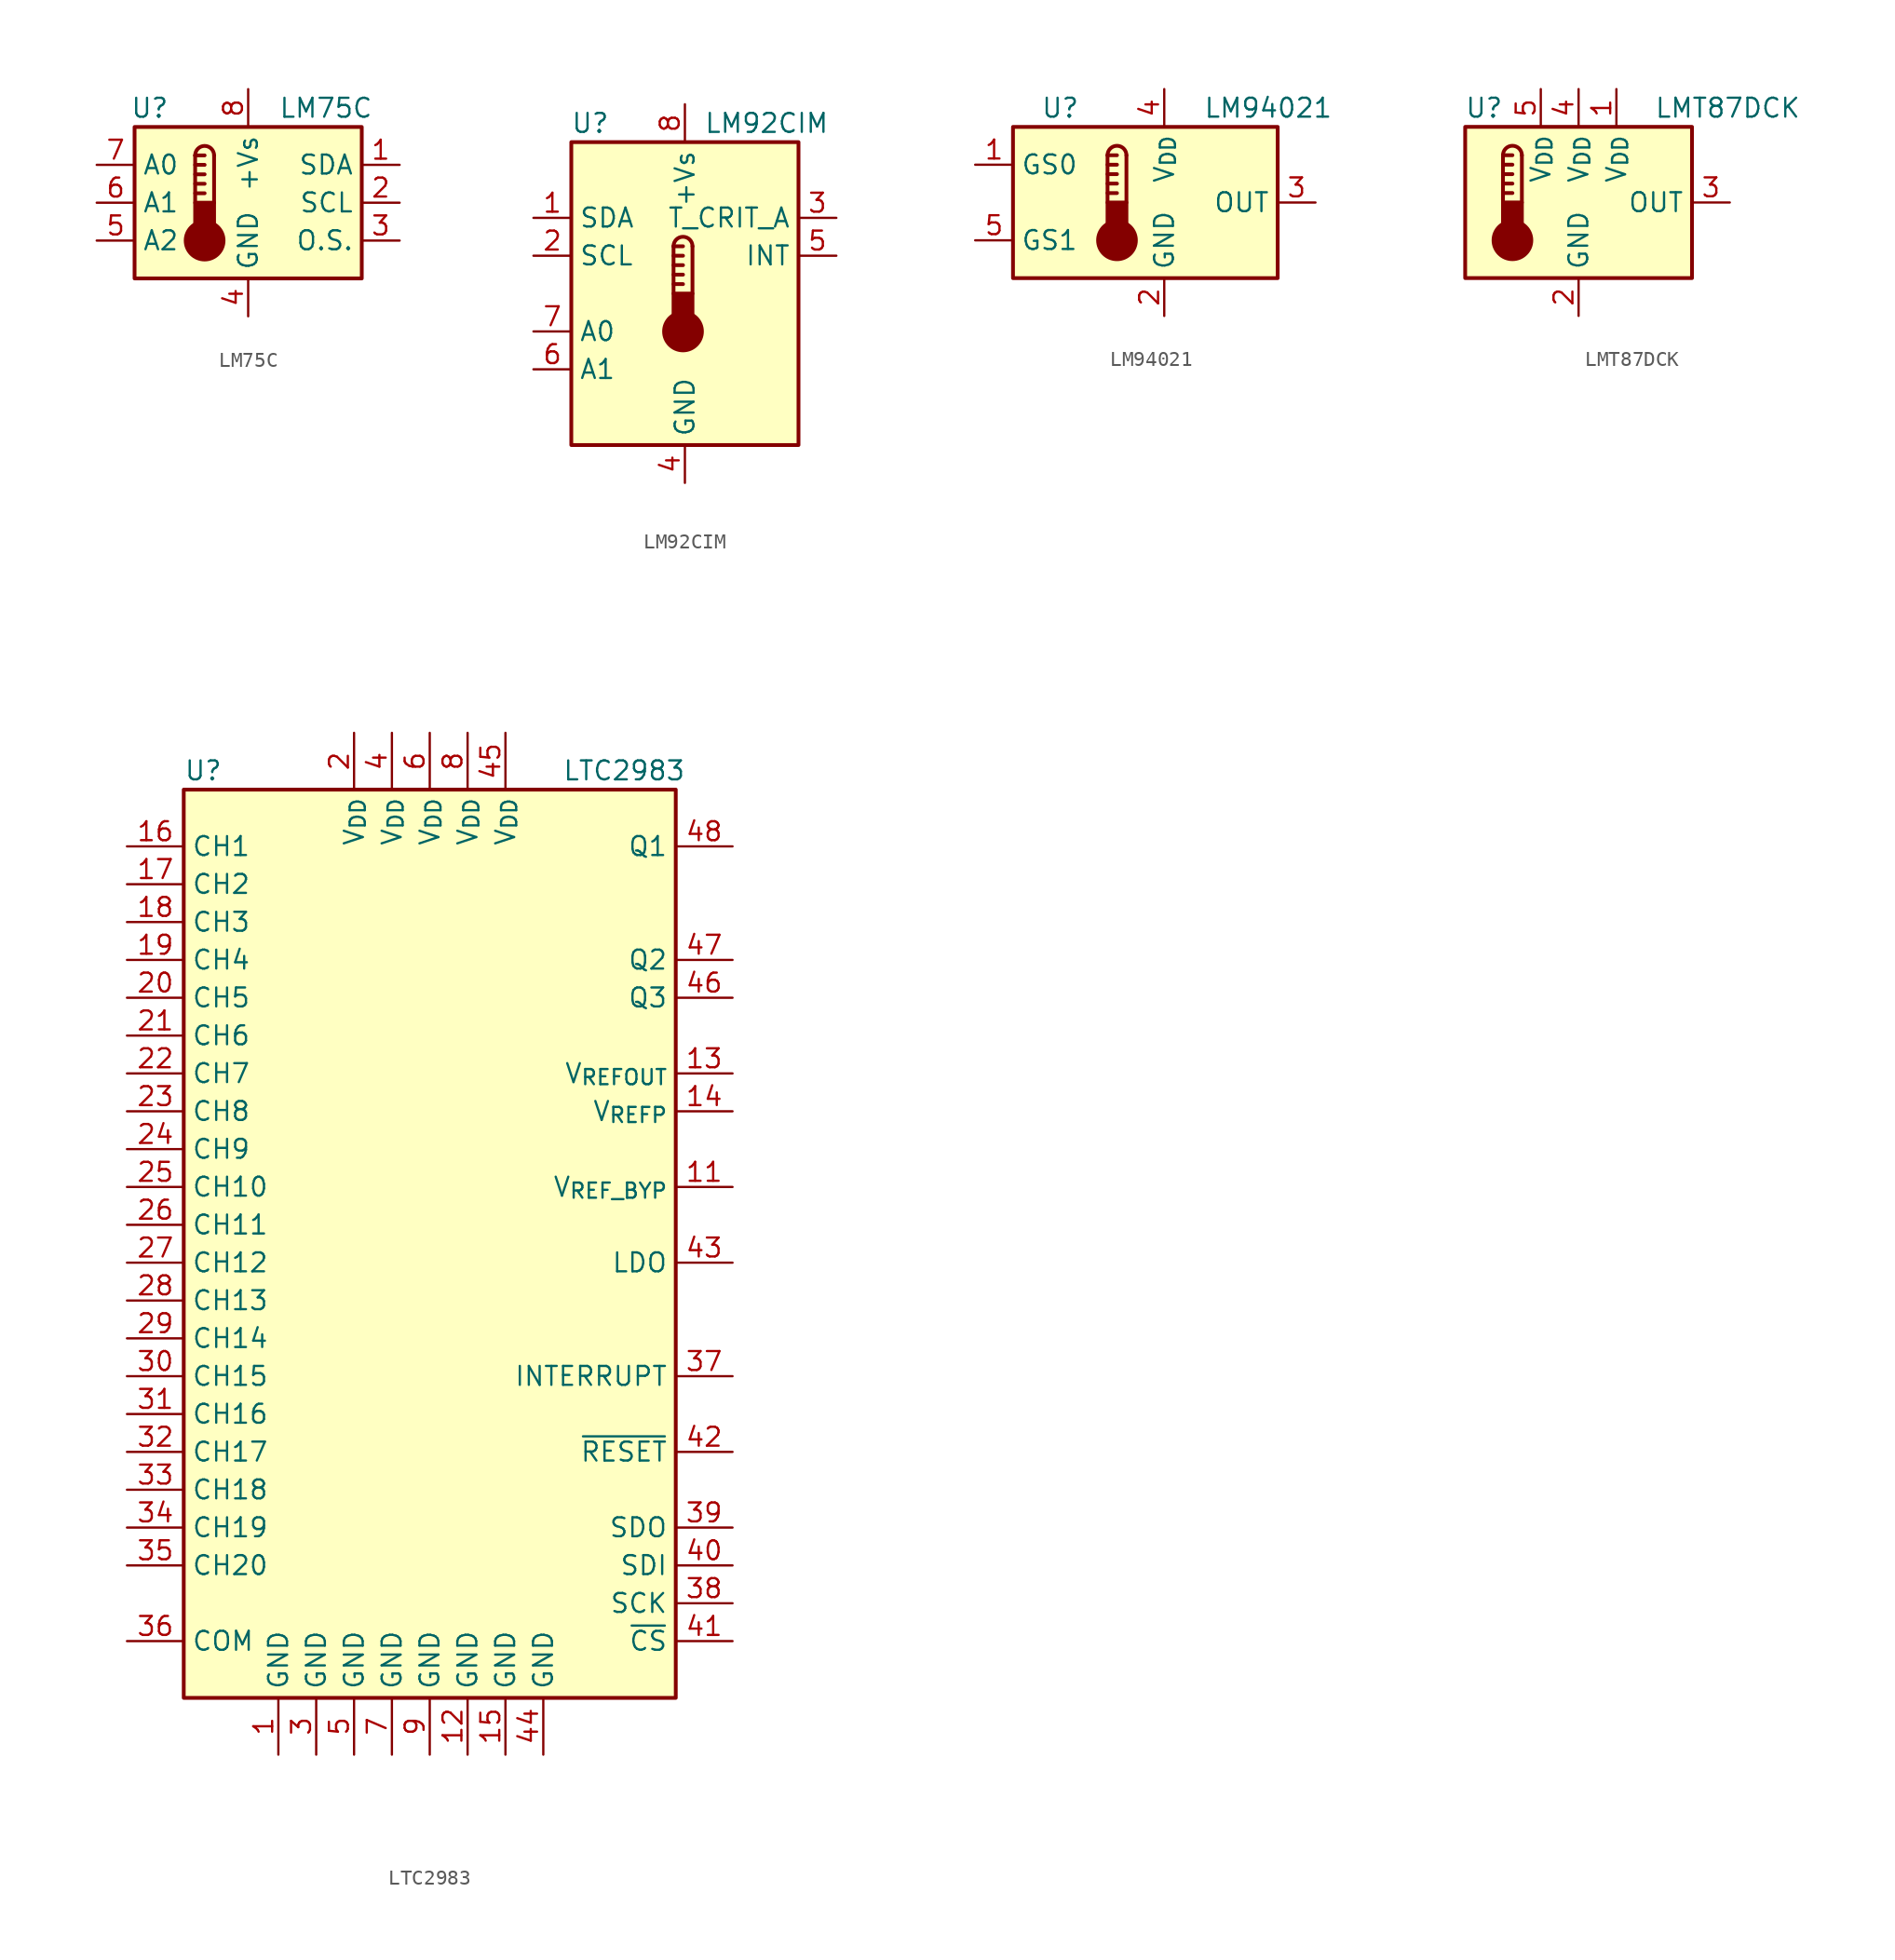
<source format=kicad_sym>
(kicad_symbol_lib
  (version 20241209)
  (generator "kicad_symbol_editor")
  (generator_version "9.0")
  (symbol "LM75C"
    (property "Reference" "U"
      (at -6.604 6.35 0)
      (effects (font (size 1.27 1.27))))
    (property "Value" "LM75C"
      (at 2.032 6.35 0)
      (effects (font (size 1.27 1.27)) (justify left)))
    (symbol "LM75C_0_1"
      (rectangle (start -7.62 5.08) (end 7.62 -5.08) (stroke (width 0.254) (type default)) (fill (type background)))
      (polyline (pts (xy -3.556 3.175) (xy -3.556 0)) (stroke (width 0.254) (type default)) (fill (type none)))
      (polyline (pts (xy -3.556 3.175) (xy -2.921 3.175)) (stroke (width 0.254) (type default)) (fill (type none)))
      (polyline (pts (xy -3.556 2.54) (xy -2.921 2.54)) (stroke (width 0.254) (type default)) (fill (type none)))
      (polyline (pts (xy -3.556 1.905) (xy -2.921 1.905)) (stroke (width 0.254) (type default)) (fill (type none)))
      (polyline (pts (xy -3.556 1.27) (xy -2.921 1.27)) (stroke (width 0.254) (type default)) (fill (type none)))
      (polyline (pts (xy -3.556 0.635) (xy -2.921 0.635)) (stroke (width 0.254) (type default)) (fill (type none)))
      (rectangle (start -3.556 0) (end -2.286 -1.905) (stroke (width 0.254) (type default)) (fill (type outline)))
      (arc (start -3.556 3.175) (mid -2.921 3.8073) (end -2.286 3.175) (stroke (width 0.254) (type default)) (fill (type none)))
      (circle (center -2.921 -2.54) (radius 1.27) (stroke (width 0.254) (type default)) (fill (type outline)))
      (polyline (pts (xy -2.286 3.175) (xy -2.286 0)) (stroke (width 0.254) (type default)) (fill (type none))))
    (symbol "LM75C_1_1"
      (pin input line (at -10.16 2.54 0) (length 2.54) (name "A0" (effects (font (size 1.27 1.27)))) (number "7" (effects (font (size 1.27 1.27)))))
      (pin input line (at -10.16 0 0) (length 2.54) (name "A1" (effects (font (size 1.27 1.27)))) (number "6" (effects (font (size 1.27 1.27)))))
      (pin input line (at -10.16 -2.54 0) (length 2.54) (name "A2" (effects (font (size 1.27 1.27)))) (number "5" (effects (font (size 1.27 1.27)))))
      (pin power_in line (at 0 7.62 270) (length 2.54) (name "+Vs" (effects (font (size 1.27 1.27)))) (number "8" (effects (font (size 1.27 1.27)))))
      (pin power_in line (at 0 -7.62 90) (length 2.54) (name "GND" (effects (font (size 1.27 1.27)))) (number "4" (effects (font (size 1.27 1.27)))))
      (pin bidirectional line (at 10.16 2.54 180) (length 2.54) (name "SDA" (effects (font (size 1.27 1.27)))) (number "1" (effects (font (size 1.27 1.27)))))
      (pin input line (at 10.16 0 180) (length 2.54) (name "SCL" (effects (font (size 1.27 1.27)))) (number "2" (effects (font (size 1.27 1.27)))))
      (pin open_collector line (at 10.16 -2.54 180) (length 2.54) (name "O.S." (effects (font (size 1.27 1.27)))) (number "3" (effects (font (size 1.27 1.27)))))))
  (symbol "LM92CIM"
    (property "Reference" "U"
      (at -6.35 11.43 0)
      (effects (font (size 1.27 1.27))))
    (property "Value" "LM92CIM"
      (at 1.27 11.43 0)
      (effects (font (size 1.27 1.27)) (justify left)))
    (symbol "LM92CIM_0_1"
      (rectangle (start -7.62 10.16) (end 7.62 -10.16) (stroke (width 0.254) (type default)) (fill (type background)))
      (polyline (pts (xy -0.762 3.175) (xy -0.762 0)) (stroke (width 0.254) (type default)) (fill (type none)))
      (polyline (pts (xy -0.762 3.175) (xy -0.127 3.175)) (stroke (width 0.254) (type default)) (fill (type none)))
      (polyline (pts (xy -0.762 2.54) (xy -0.127 2.54)) (stroke (width 0.254) (type default)) (fill (type none)))
      (polyline (pts (xy -0.762 1.905) (xy -0.127 1.905)) (stroke (width 0.254) (type default)) (fill (type none)))
      (polyline (pts (xy -0.762 1.27) (xy -0.127 1.27)) (stroke (width 0.254) (type default)) (fill (type none)))
      (polyline (pts (xy -0.762 0.635) (xy -0.127 0.635)) (stroke (width 0.254) (type default)) (fill (type none)))
      (arc (start -0.762 3.175) (mid -0.127 3.8073) (end 0.508 3.175) (stroke (width 0.254) (type default)) (fill (type none)))
      (circle (center -0.127 -2.54) (radius 1.27) (stroke (width 0.254) (type default)) (fill (type outline)))
      (polyline (pts (xy 0.508 3.175) (xy 0.508 0)) (stroke (width 0.254) (type default)) (fill (type none)))
      (rectangle (start 0.508 -1.905) (end -0.762 0) (stroke (width 0.254) (type default)) (fill (type outline))))
    (symbol "LM92CIM_1_1"
      (pin bidirectional line (at -10.16 5.08 0) (length 2.54) (name "SDA" (effects (font (size 1.27 1.27)))) (number "1" (effects (font (size 1.27 1.27)))))
      (pin input line (at -10.16 2.54 0) (length 2.54) (name "SCL" (effects (font (size 1.27 1.27)))) (number "2" (effects (font (size 1.27 1.27)))))
      (pin input line (at -10.16 -2.54 0) (length 2.54) (name "A0" (effects (font (size 1.27 1.27)))) (number "7" (effects (font (size 1.27 1.27)))))
      (pin input line (at -10.16 -5.08 0) (length 2.54) (name "A1" (effects (font (size 1.27 1.27)))) (number "6" (effects (font (size 1.27 1.27)))))
      (pin power_in line (at 0 12.7 270) (length 2.54) (name "+Vs" (effects (font (size 1.27 1.27)))) (number "8" (effects (font (size 1.27 1.27)))))
      (pin power_in line (at 0 -12.7 90) (length 2.54) (name "GND" (effects (font (size 1.27 1.27)))) (number "4" (effects (font (size 1.27 1.27)))))
      (pin open_collector line (at 10.16 5.08 180) (length 2.54) (name "T_CRIT_A" (effects (font (size 1.27 1.27)))) (number "3" (effects (font (size 1.27 1.27)))))
      (pin open_collector line (at 10.16 2.54 180) (length 2.54) (name "INT" (effects (font (size 1.27 1.27)))) (number "5" (effects (font (size 1.27 1.27)))))))
  (symbol "LM94021"
    (property "Reference" "U"
      (at -6.985 6.35 0)
      (effects (font (size 1.27 1.27))))
    (property "Value" "LM94021"
      (at 6.985 6.35 0)
      (effects (font (size 1.27 1.27))))
    (symbol "LM94021_0_1"
      (rectangle (start -10.16 5.08) (end 7.62 -5.08) (stroke (width 0.254) (type default)) (fill (type background)))
      (polyline (pts (xy -3.81 3.175) (xy -3.81 0)) (stroke (width 0.254) (type default)) (fill (type none)))
      (polyline (pts (xy -3.81 3.175) (xy -3.175 3.175)) (stroke (width 0.254) (type default)) (fill (type none)))
      (polyline (pts (xy -3.81 2.54) (xy -3.175 2.54)) (stroke (width 0.254) (type default)) (fill (type none)))
      (polyline (pts (xy -3.81 1.905) (xy -3.175 1.905)) (stroke (width 0.254) (type default)) (fill (type none)))
      (polyline (pts (xy -3.81 1.27) (xy -3.175 1.27)) (stroke (width 0.254) (type default)) (fill (type none)))
      (polyline (pts (xy -3.81 0.635) (xy -3.175 0.635)) (stroke (width 0.254) (type default)) (fill (type none)))
      (rectangle (start -3.81 0) (end -2.54 -1.905) (stroke (width 0.254) (type default)) (fill (type outline)))
      (arc (start -3.81 3.175) (mid -3.175 3.8073) (end -2.54 3.175) (stroke (width 0.254) (type default)) (fill (type none)))
      (circle (center -3.175 -2.54) (radius 1.27) (stroke (width 0.254) (type default)) (fill (type outline)))
      (polyline (pts (xy -2.54 3.175) (xy -2.54 0)) (stroke (width 0.254) (type default)) (fill (type none))))
    (symbol "LM94021_1_1"
      (pin input line (at -12.7 2.54 0) (length 2.54) (name "GS0" (effects (font (size 1.27 1.27)))) (number "1" (effects (font (size 1.27 1.27)))))
      (pin input line (at -12.7 -2.54 0) (length 2.54) (name "GS1" (effects (font (size 1.27 1.27)))) (number "5" (effects (font (size 1.27 1.27)))))
      (pin power_in line (at 0 7.62 270) (length 2.54) (name "V_{DD}" (effects (font (size 1.27 1.27)))) (number "4" (effects (font (size 1.27 1.27)))))
      (pin power_in line (at 0 -7.62 90) (length 2.54) (name "GND" (effects (font (size 1.27 1.27)))) (number "2" (effects (font (size 1.27 1.27)))))
      (pin output line (at 10.16 0 180) (length 2.54) (name "OUT" (effects (font (size 1.27 1.27)))) (number "3" (effects (font (size 1.27 1.27)))))))
  (symbol "LMT87DCK"
    (property "Reference" "U"
      (at -6.35 6.35 0)
      (effects (font (size 1.27 1.27))))
    (property "Value" "LMT87DCK"
      (at 5.08 6.35 0)
      (effects (font (size 1.27 1.27)) (justify left)))
    (symbol "LMT87DCK_0_1"
      (rectangle (start -7.62 5.08) (end 7.62 -5.08) (stroke (width 0.254) (type default)) (fill (type background)))
      (polyline (pts (xy -5.08 3.175) (xy -5.08 0)) (stroke (width 0.254) (type default)) (fill (type none)))
      (polyline (pts (xy -5.08 3.175) (xy -4.445 3.175)) (stroke (width 0.254) (type default)) (fill (type none)))
      (polyline (pts (xy -5.08 2.54) (xy -4.445 2.54)) (stroke (width 0.254) (type default)) (fill (type none)))
      (polyline (pts (xy -5.08 1.905) (xy -4.445 1.905)) (stroke (width 0.254) (type default)) (fill (type none)))
      (polyline (pts (xy -5.08 1.27) (xy -4.445 1.27)) (stroke (width 0.254) (type default)) (fill (type none)))
      (polyline (pts (xy -5.08 0.635) (xy -4.445 0.635)) (stroke (width 0.254) (type default)) (fill (type none)))
      (arc (start -5.08 3.175) (mid -4.445 3.8073) (end -3.81 3.175) (stroke (width 0.254) (type default)) (fill (type none)))
      (circle (center -4.445 -2.54) (radius 1.27) (stroke (width 0.254) (type default)) (fill (type outline)))
      (polyline (pts (xy -3.81 3.175) (xy -3.81 0)) (stroke (width 0.254) (type default)) (fill (type none)))
      (rectangle (start -3.81 -1.905) (end -5.08 0) (stroke (width 0.254) (type default)) (fill (type outline))))
    (symbol "LMT87DCK_1_1"
      (pin power_in line (at -2.54 7.62 270) (length 2.54) (name "V_{DD}" (effects (font (size 1.27 1.27)))) (number "5" (effects (font (size 1.27 1.27)))))
      (pin power_in line (at 0 7.62 270) (length 2.54) (name "V_{DD}" (effects (font (size 1.27 1.27)))) (number "4" (effects (font (size 1.27 1.27)))))
      (pin power_in line (at 0 -7.62 90) (length 2.54) (name "GND" (effects (font (size 1.27 1.27)))) (number "2" (effects (font (size 1.27 1.27)))))
      (pin power_in line (at 2.54 7.62 270) (length 2.54) (name "V_{DD}" (effects (font (size 1.27 1.27)))) (number "1" (effects (font (size 1.27 1.27)))))
      (pin output line (at 10.16 0 180) (length 2.54) (name "OUT" (effects (font (size 1.27 1.27)))) (number "3" (effects (font (size 1.27 1.27)))))))
  (symbol "LTC2983"
    (property "Reference" "U"
      (at -16.51 33.02 0)
      (effects (font (size 1.27 1.27)) (justify left)))
    (property "Value" "LTC2983"
      (at 8.89 33.02 0)
      (effects (font (size 1.27 1.27)) (justify left)))
    (symbol "LTC2983_0_1"
      (rectangle (start -16.51 31.75) (end 16.51 -29.21) (stroke (width 0.254) (type default)) (fill (type background))))
    (symbol "LTC2983_1_1"
      (pin passive line (at -20.32 27.94 0) (length 3.81) (name "CH1" (effects (font (size 1.27 1.27)))) (number "16" (effects (font (size 1.27 1.27)))))
      (pin passive line (at -20.32 25.4 0) (length 3.81) (name "CH2" (effects (font (size 1.27 1.27)))) (number "17" (effects (font (size 1.27 1.27)))))
      (pin passive line (at -20.32 22.86 0) (length 3.81) (name "CH3" (effects (font (size 1.27 1.27)))) (number "18" (effects (font (size 1.27 1.27)))))
      (pin passive line (at -20.32 20.32 0) (length 3.81) (name "CH4" (effects (font (size 1.27 1.27)))) (number "19" (effects (font (size 1.27 1.27)))))
      (pin passive line (at -20.32 17.78 0) (length 3.81) (name "CH5" (effects (font (size 1.27 1.27)))) (number "20" (effects (font (size 1.27 1.27)))))
      (pin passive line (at -20.32 15.24 0) (length 3.81) (name "CH6" (effects (font (size 1.27 1.27)))) (number "21" (effects (font (size 1.27 1.27)))))
      (pin passive line (at -20.32 12.7 0) (length 3.81) (name "CH7" (effects (font (size 1.27 1.27)))) (number "22" (effects (font (size 1.27 1.27)))))
      (pin passive line (at -20.32 10.16 0) (length 3.81) (name "CH8" (effects (font (size 1.27 1.27)))) (number "23" (effects (font (size 1.27 1.27)))))
      (pin passive line (at -20.32 7.62 0) (length 3.81) (name "CH9" (effects (font (size 1.27 1.27)))) (number "24" (effects (font (size 1.27 1.27)))))
      (pin passive line (at -20.32 5.08 0) (length 3.81) (name "CH10" (effects (font (size 1.27 1.27)))) (number "25" (effects (font (size 1.27 1.27)))))
      (pin passive line (at -20.32 2.54 0) (length 3.81) (name "CH11" (effects (font (size 1.27 1.27)))) (number "26" (effects (font (size 1.27 1.27)))))
      (pin passive line (at -20.32 0 0) (length 3.81) (name "CH12" (effects (font (size 1.27 1.27)))) (number "27" (effects (font (size 1.27 1.27)))))
      (pin passive line (at -20.32 -2.54 0) (length 3.81) (name "CH13" (effects (font (size 1.27 1.27)))) (number "28" (effects (font (size 1.27 1.27)))))
      (pin passive line (at -20.32 -5.08 0) (length 3.81) (name "CH14" (effects (font (size 1.27 1.27)))) (number "29" (effects (font (size 1.27 1.27)))))
      (pin passive line (at -20.32 -7.62 0) (length 3.81) (name "CH15" (effects (font (size 1.27 1.27)))) (number "30" (effects (font (size 1.27 1.27)))))
      (pin passive line (at -20.32 -10.16 0) (length 3.81) (name "CH16" (effects (font (size 1.27 1.27)))) (number "31" (effects (font (size 1.27 1.27)))))
      (pin passive line (at -20.32 -12.7 0) (length 3.81) (name "CH17" (effects (font (size 1.27 1.27)))) (number "32" (effects (font (size 1.27 1.27)))))
      (pin passive line (at -20.32 -15.24 0) (length 3.81) (name "CH18" (effects (font (size 1.27 1.27)))) (number "33" (effects (font (size 1.27 1.27)))))
      (pin passive line (at -20.32 -17.78 0) (length 3.81) (name "CH19" (effects (font (size 1.27 1.27)))) (number "34" (effects (font (size 1.27 1.27)))))
      (pin passive line (at -20.32 -20.32 0) (length 3.81) (name "CH20" (effects (font (size 1.27 1.27)))) (number "35" (effects (font (size 1.27 1.27)))))
      (pin passive line (at -20.32 -25.4 0) (length 3.81) (name "COM" (effects (font (size 1.27 1.27)))) (number "36" (effects (font (size 1.27 1.27)))))
      (pin power_in line (at -10.16 -33.02 90) (length 3.81) (name "GND" (effects (font (size 1.27 1.27)))) (number "1" (effects (font (size 1.27 1.27)))))
      (pin power_in line (at -7.62 -33.02 90) (length 3.81) (name "GND" (effects (font (size 1.27 1.27)))) (number "3" (effects (font (size 1.27 1.27)))))
      (pin power_in line (at -5.08 35.56 270) (length 3.81) (name "V_{DD}" (effects (font (size 1.27 1.27)))) (number "2" (effects (font (size 1.27 1.27)))))
      (pin power_in line (at -5.08 -33.02 90) (length 3.81) (name "GND" (effects (font (size 1.27 1.27)))) (number "5" (effects (font (size 1.27 1.27)))))
      (pin power_in line (at -2.54 35.56 270) (length 3.81) (name "V_{DD}" (effects (font (size 1.27 1.27)))) (number "4" (effects (font (size 1.27 1.27)))))
      (pin power_in line (at -2.54 -33.02 90) (length 3.81) (name "GND" (effects (font (size 1.27 1.27)))) (number "7" (effects (font (size 1.27 1.27)))))
      (pin power_in line (at 0 35.56 270) (length 3.81) (name "V_{DD}" (effects (font (size 1.27 1.27)))) (number "6" (effects (font (size 1.27 1.27)))))
      (pin power_in line (at 0 -33.02 90) (length 3.81) (name "GND" (effects (font (size 1.27 1.27)))) (number "9" (effects (font (size 1.27 1.27)))))
      (pin power_in line (at 2.54 35.56 270) (length 3.81) (name "V_{DD}" (effects (font (size 1.27 1.27)))) (number "8" (effects (font (size 1.27 1.27)))))
      (pin power_in line (at 2.54 -33.02 90) (length 3.81) (name "GND" (effects (font (size 1.27 1.27)))) (number "12" (effects (font (size 1.27 1.27)))))
      (pin power_in line (at 5.08 35.56 270) (length 3.81) (name "V_{DD}" (effects (font (size 1.27 1.27)))) (number "45" (effects (font (size 1.27 1.27)))))
      (pin power_in line (at 5.08 -33.02 90) (length 3.81) (name "GND" (effects (font (size 1.27 1.27)))) (number "15" (effects (font (size 1.27 1.27)))))
      (pin power_in line (at 7.62 -33.02 90) (length 3.81) (name "GND" (effects (font (size 1.27 1.27)))) (number "44" (effects (font (size 1.27 1.27)))))
      (pin no_connect line (at 16.51 22.86 180) (length 3.81) (hide yes) (name "NC" (effects (font (size 1.27 1.27)))) (number "10" (effects (font (size 1.27 1.27)))))
      (pin passive line (at 20.32 27.94 180) (length 3.81) (name "Q1" (effects (font (size 1.27 1.27)))) (number "48" (effects (font (size 1.27 1.27)))))
      (pin passive line (at 20.32 20.32 180) (length 3.81) (name "Q2" (effects (font (size 1.27 1.27)))) (number "47" (effects (font (size 1.27 1.27)))))
      (pin passive line (at 20.32 17.78 180) (length 3.81) (name "Q3" (effects (font (size 1.27 1.27)))) (number "46" (effects (font (size 1.27 1.27)))))
      (pin passive line (at 20.32 12.7 180) (length 3.81) (name "V_{REFOUT}" (effects (font (size 1.27 1.27)))) (number "13" (effects (font (size 1.27 1.27)))))
      (pin passive line (at 20.32 10.16 180) (length 3.81) (name "V_{REFP}" (effects (font (size 1.27 1.27)))) (number "14" (effects (font (size 1.27 1.27)))))
      (pin passive line (at 20.32 5.08 180) (length 3.81) (name "V_{REF_BYP}" (effects (font (size 1.27 1.27)))) (number "11" (effects (font (size 1.27 1.27)))))
      (pin passive line (at 20.32 0 180) (length 3.81) (name "LDO" (effects (font (size 1.27 1.27)))) (number "43" (effects (font (size 1.27 1.27)))))
      (pin output line (at 20.32 -7.62 180) (length 3.81) (name "INTERRUPT" (effects (font (size 1.27 1.27)))) (number "37" (effects (font (size 1.27 1.27)))))
      (pin input line (at 20.32 -12.7 180) (length 3.81) (name "~{RESET}" (effects (font (size 1.27 1.27)))) (number "42" (effects (font (size 1.27 1.27)))))
      (pin tri_state line (at 20.32 -17.78 180) (length 3.81) (name "SDO" (effects (font (size 1.27 1.27)))) (number "39" (effects (font (size 1.27 1.27)))))
      (pin input line (at 20.32 -20.32 180) (length 3.81) (name "SDI" (effects (font (size 1.27 1.27)))) (number "40" (effects (font (size 1.27 1.27)))))
      (pin input line (at 20.32 -22.86 180) (length 3.81) (name "SCK" (effects (font (size 1.27 1.27)))) (number "38" (effects (font (size 1.27 1.27)))))
      (pin input line (at 20.32 -25.4 180) (length 3.81) (name "~{CS}" (effects (font (size 1.27 1.27)))) (number "41" (effects (font (size 1.27 1.27))))))))
</source>
